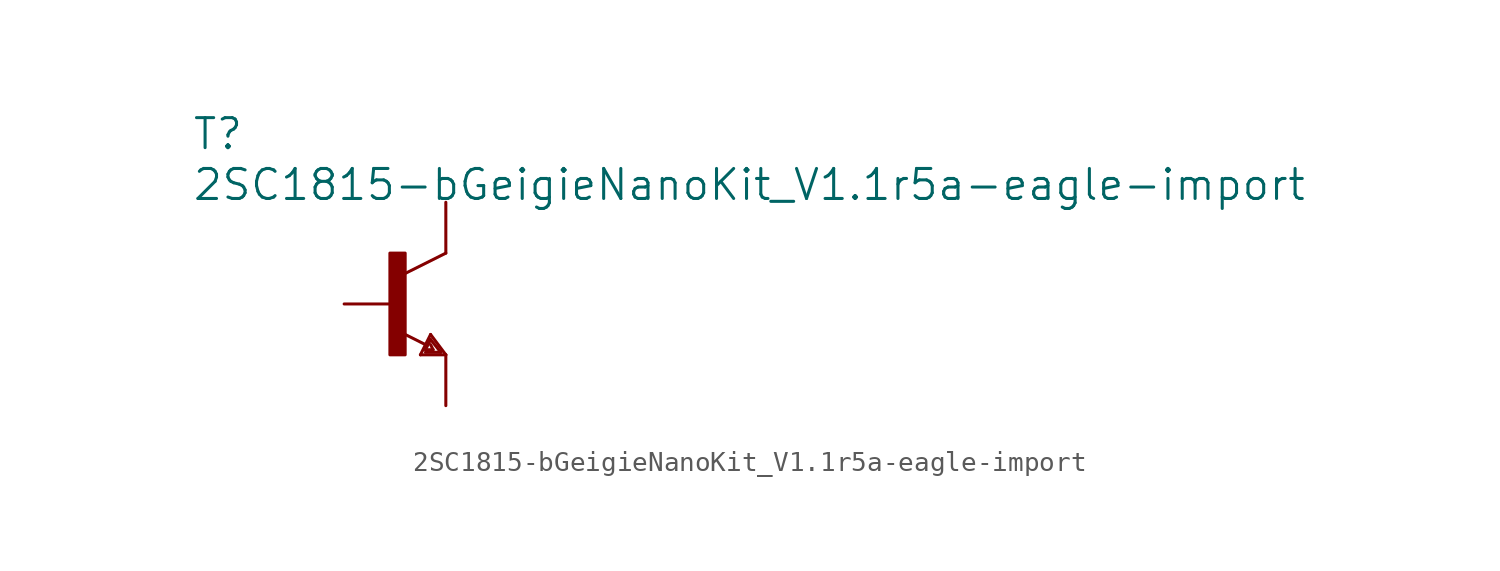
<source format=kicad_sym>
(kicad_symbol_lib
  (version 20200126)
  (host kicad_symbol_editor "5.99.0-unknown-aa7ce74~88~ubuntu18.04.1")
  (symbol "import_from_eagle-rescue:2SC1815-bGeigieNanoKit_V1.1r5a-eagle-import"
    (property "Reference" "T"
      (at -10.16 7.62 0)
      (effects (font (size 1.499 1.499)) (justify left bottom)))
    (property "Value" "2SC1815-bGeigieNanoKit_V1.1r5a-eagle-import"
      (at -10.16 5.08 0)
      (effects (font (size 1.499 1.499)) (justify left bottom)))
    (property "ki_locked" ""
      (at 0 0 0)
      (effects (font (size 1.27 1.27))))
    (symbol "2SC1815-bGeigieNanoKit_V1.1r5a-eagle-import_1_0"
      (rectangle (start -0.254 -2.54) (end 0.508 2.54) (stroke (width 0)) (fill (type outline)))
      (polyline (pts (xy 1.27 -2.54) (xy 1.778 -1.524)) (stroke (width 0)) (fill (type none)))
      (polyline (pts (xy 1.524 -2.413) (xy 2.286 -2.413)) (stroke (width 0)) (fill (type none)))
      (polyline (pts (xy 1.524 -2.286) (xy 1.905 -2.286)) (stroke (width 0)) (fill (type none)))
      (polyline (pts (xy 1.524 -2.032) (xy 0.305 -1.422)) (stroke (width 0)) (fill (type none)))
      (polyline (pts (xy 1.778 -1.778) (xy 1.524 -2.286)) (stroke (width 0)) (fill (type none)))
      (polyline (pts (xy 1.778 -1.524) (xy 2.54 -2.54)) (stroke (width 0)) (fill (type none)))
      (polyline (pts (xy 1.905 -2.286) (xy 1.778 -2.032)) (stroke (width 0)) (fill (type none)))
      (polyline (pts (xy 2.286 -2.413) (xy 1.778 -1.778)) (stroke (width 0)) (fill (type none)))
      (polyline (pts (xy 2.54 -2.54) (xy 1.27 -2.54)) (stroke (width 0)) (fill (type none)))
      (polyline (pts (xy 2.54 2.54) (xy 0.508 1.524)) (stroke (width 0)) (fill (type none)))
      (pin passive line (at -2.54 0 0) (length 2.54) (name "B" (effects (font (size 0 0)))) (number "B" (effects (font (size 0 0)))))
      (pin passive line (at 2.54 5.08 270) (length 2.54) (name "C" (effects (font (size 0 0)))) (number "C" (effects (font (size 0 0)))))
      (pin passive line (at 2.54 -5.08 90) (length 2.54) (name "E" (effects (font (size 0 0)))) (number "E" (effects (font (size 0 0))))))))
</source>
